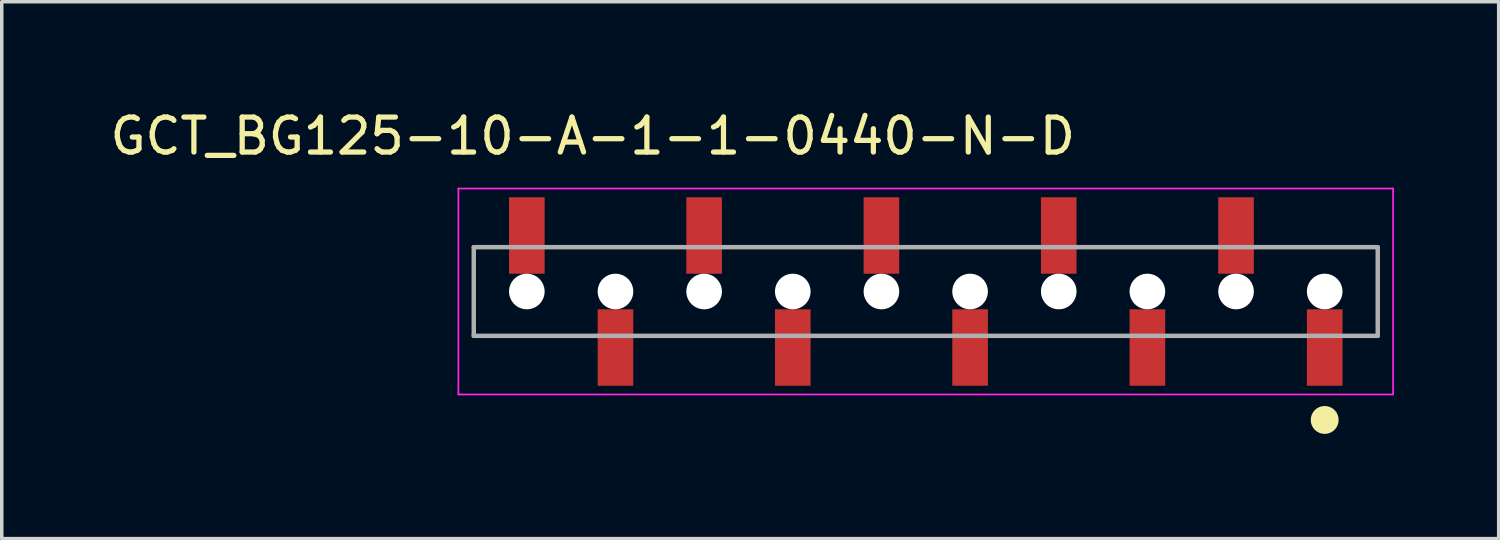
<source format=kicad_pcb>
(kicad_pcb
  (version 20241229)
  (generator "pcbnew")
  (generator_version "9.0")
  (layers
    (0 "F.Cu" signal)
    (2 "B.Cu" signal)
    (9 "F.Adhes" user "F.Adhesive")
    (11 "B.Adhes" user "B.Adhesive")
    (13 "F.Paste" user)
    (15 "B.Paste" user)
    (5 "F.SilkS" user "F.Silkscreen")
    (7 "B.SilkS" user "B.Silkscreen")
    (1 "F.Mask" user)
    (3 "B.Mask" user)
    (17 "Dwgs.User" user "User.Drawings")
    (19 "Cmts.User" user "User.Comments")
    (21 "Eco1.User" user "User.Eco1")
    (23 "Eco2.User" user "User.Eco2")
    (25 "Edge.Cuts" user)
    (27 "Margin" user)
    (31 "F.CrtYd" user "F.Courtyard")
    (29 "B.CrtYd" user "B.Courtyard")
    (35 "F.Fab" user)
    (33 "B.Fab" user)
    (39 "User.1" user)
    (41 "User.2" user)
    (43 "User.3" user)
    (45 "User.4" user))
  (footprint "GCT_BG125-10-A-1-1-0440-N-D"
    (layer "F.Cu")
    (at 23.474 5.302)
    (property "Reference" "GCT_BG125-10-A-1-1-0440-N-D" (at -9.541 -4.452 0) (layer "F.SilkS") (effects (font (size 1.002 1.002) (thickness 0.15))))
    (attr through_hole)
    (fp_circle (center 11.43 3.68) (end 11.63 3.68) (stroke (width 0.4) (type solid)) (fill no) (layer "F.SilkS"))
    (fp_line (start -13.39 -2.95) (end 13.39 -2.95) (stroke (width 0.05) (type solid)) (layer "F.CrtYd"))
    (fp_line (start -13.39 2.95) (end -13.39 -2.95) (stroke (width 0.05) (type solid)) (layer "F.CrtYd"))
    (fp_line (start 13.39 -2.95) (end 13.39 2.95) (stroke (width 0.05) (type solid)) (layer "F.CrtYd"))
    (fp_line (start 13.39 2.95) (end -13.39 2.95) (stroke (width 0.05) (type solid)) (layer "F.CrtYd"))
    (fp_line (start -12.95 -1.27) (end 12.95 -1.27) (stroke (width 0.127) (type solid)) (layer "F.Fab"))
    (fp_line (start -12.95 1.27) (end -12.95 -1.27) (stroke (width 0.127) (type solid)) (layer "F.Fab"))
    (fp_line (start 12.95 -1.27) (end 12.95 1.27) (stroke (width 0.127) (type solid)) (layer "F.Fab"))
    (fp_line (start 12.95 1.27) (end -12.95 1.27) (stroke (width 0.127) (type solid)) (layer "F.Fab"))
    (pad "" np_thru_hole circle (at -11.43 0) (size 1.02 1.02) (drill 1.02) (layers "*.Cu" "*.Mask"))
    (pad "" np_thru_hole circle (at -8.89 0) (size 1.02 1.02) (drill 1.02) (layers "*.Cu" "*.Mask"))
    (pad "" np_thru_hole circle (at -6.35 0) (size 1.02 1.02) (drill 1.02) (layers "*.Cu" "*.Mask"))
    (pad "" np_thru_hole circle (at -3.81 0) (size 1.02 1.02) (drill 1.02) (layers "*.Cu" "*.Mask"))
    (pad "" np_thru_hole circle (at -1.27 0) (size 1.02 1.02) (drill 1.02) (layers "*.Cu" "*.Mask"))
    (pad "" np_thru_hole circle (at 1.27 0) (size 1.02 1.02) (drill 1.02) (layers "*.Cu" "*.Mask"))
    (pad "" np_thru_hole circle (at 3.81 0) (size 1.02 1.02) (drill 1.02) (layers "*.Cu" "*.Mask"))
    (pad "" np_thru_hole circle (at 6.35 0) (size 1.02 1.02) (drill 1.02) (layers "*.Cu" "*.Mask"))
    (pad "" np_thru_hole circle (at 8.89 0) (size 1.02 1.02) (drill 1.02) (layers "*.Cu" "*.Mask"))
    (pad "" np_thru_hole circle (at 11.43 0) (size 1.02 1.02) (drill 1.02) (layers "*.Cu" "*.Mask"))
    (pad "1" smd rect (at 11.43 1.605 90) (size 2.19 1.02) (layers "F.Cu" "F.Mask" "F.Paste"))
    (pad "2" smd rect (at 8.89 -1.605 90) (size 2.19 1.02) (layers "F.Cu" "F.Mask" "F.Paste"))
    (pad "3" smd rect (at 6.35 1.605 90) (size 2.19 1.02) (layers "F.Cu" "F.Mask" "F.Paste"))
    (pad "4" smd rect (at 3.81 -1.605 90) (size 2.19 1.02) (layers "F.Cu" "F.Mask" "F.Paste"))
    (pad "5" smd rect (at 1.27 1.605 90) (size 2.19 1.02) (layers "F.Cu" "F.Mask" "F.Paste"))
    (pad "6" smd rect (at -1.27 -1.605 90) (size 2.19 1.02) (layers "F.Cu" "F.Mask" "F.Paste"))
    (pad "7" smd rect (at -3.81 1.605 90) (size 2.19 1.02) (layers "F.Cu" "F.Mask" "F.Paste"))
    (pad "8" smd rect (at -6.35 -1.605 90) (size 2.19 1.02) (layers "F.Cu" "F.Mask" "F.Paste"))
    (pad "9" smd rect (at -8.89 1.605 90) (size 2.19 1.02) (layers "F.Cu" "F.Mask" "F.Paste"))
    (pad "10" smd rect (at -11.43 -1.605 90) (size 2.19 1.02) (layers "F.Cu" "F.Mask" "F.Paste")))
  (gr_rect
    (start -3 -3)
    (end 39.889 12.382)
    (stroke (width 0.1) (type default))
    (fill no)
    (layer "Edge.Cuts")))
</source>
